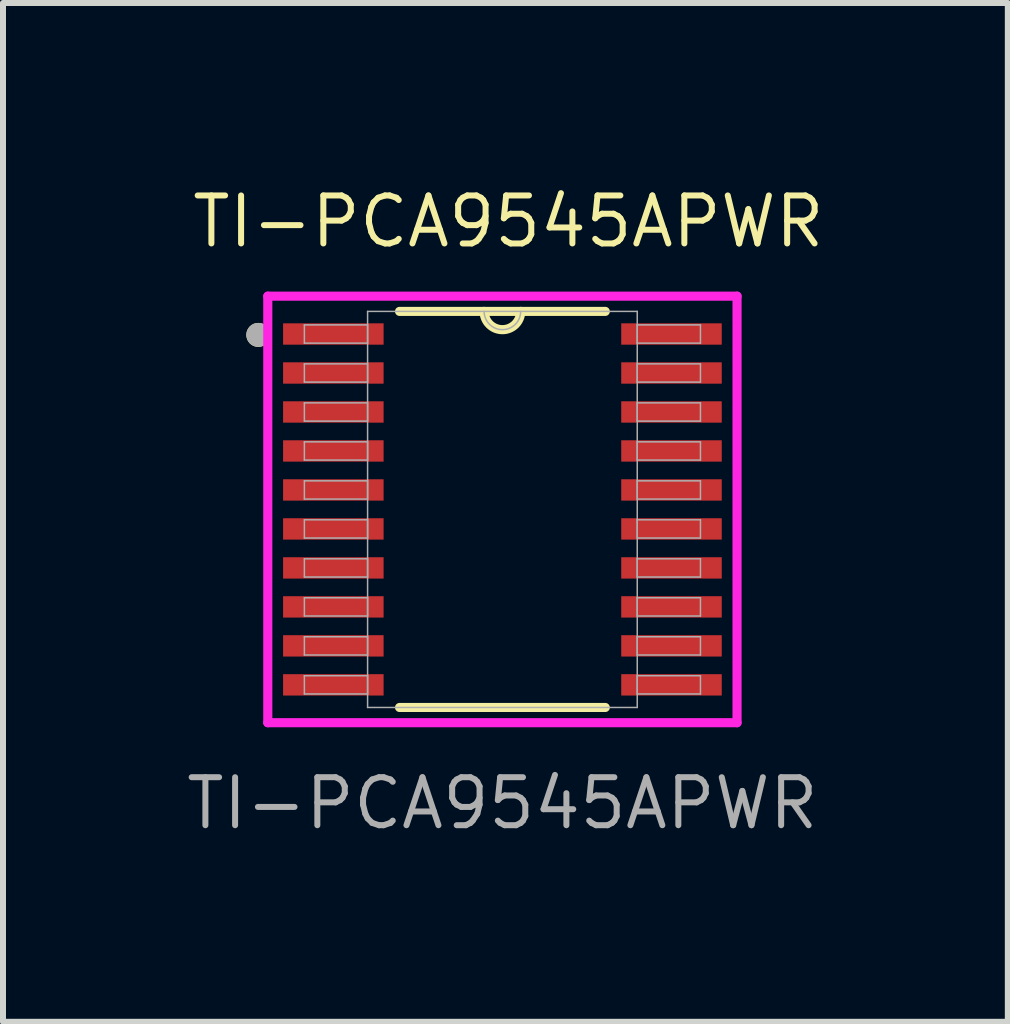
<source format=kicad_pcb>
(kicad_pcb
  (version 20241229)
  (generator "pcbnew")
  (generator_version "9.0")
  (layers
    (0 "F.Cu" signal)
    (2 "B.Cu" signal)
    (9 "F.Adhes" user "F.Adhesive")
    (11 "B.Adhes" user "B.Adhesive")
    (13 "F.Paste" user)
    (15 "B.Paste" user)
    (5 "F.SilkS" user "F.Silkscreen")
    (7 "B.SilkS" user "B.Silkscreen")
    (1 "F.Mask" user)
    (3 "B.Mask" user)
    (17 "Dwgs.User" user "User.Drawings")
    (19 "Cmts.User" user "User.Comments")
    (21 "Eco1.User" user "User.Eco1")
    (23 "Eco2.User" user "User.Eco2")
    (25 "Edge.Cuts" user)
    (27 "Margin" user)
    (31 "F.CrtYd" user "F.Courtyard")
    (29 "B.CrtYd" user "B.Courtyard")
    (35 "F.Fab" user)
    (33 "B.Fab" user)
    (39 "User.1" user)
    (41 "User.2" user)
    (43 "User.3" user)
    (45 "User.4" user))
  (footprint "TI-PCA9545APWR"
    (layer "F.Cu")
    (at 5.327 5.444)
    (property "Reference" "TI-PCA9545APWR" (at 0.1 -4.8 0) (unlocked yes) (layer "F.SilkS") (effects (font (size 0.8 0.8) (thickness 0.1))))
    (attr smd)
    (fp_line (start -1.715 3.302) (end 1.715 3.302) (stroke (width 0.152) (type solid)) (layer "F.SilkS"))
    (fp_line (start 1.715 -3.302) (end -1.715 -3.302) (stroke (width 0.152) (type solid)) (layer "F.SilkS"))
    (fp_arc (start 0.3048 -3.302) (mid 0 -2.9972) (end -0.3048 -3.302) (stroke (width 0.1524) (type solid)) (layer "F.SilkS"))
    (fp_circle (center -4.07 -2.91) (end -3.97 -2.91) (stroke (width 0.2) (type solid)) (fill no) (layer "F.SilkS"))
    (fp_line (start -3.912 -3.556) (end 3.912 -3.556) (stroke (width 0.152) (type solid)) (layer "F.CrtYd"))
    (fp_line (start -3.912 3.556) (end -3.912 -3.556) (stroke (width 0.152) (type solid)) (layer "F.CrtYd"))
    (fp_line (start 3.912 -3.556) (end 3.912 3.556) (stroke (width 0.152) (type solid)) (layer "F.CrtYd"))
    (fp_line (start 3.912 3.556) (end -3.912 3.556) (stroke (width 0.152) (type solid)) (layer "F.CrtYd"))
    (fp_line (start -3.302 -3.077) (end -3.302 -2.773) (stroke (width 0.025) (type solid)) (layer "F.Fab"))
    (fp_line (start -3.302 -2.773) (end -2.248 -2.773) (stroke (width 0.025) (type solid)) (layer "F.Fab"))
    (fp_line (start -3.302 -2.427) (end -3.302 -2.123) (stroke (width 0.025) (type solid)) (layer "F.Fab"))
    (fp_line (start -3.302 -2.123) (end -2.248 -2.123) (stroke (width 0.025) (type solid)) (layer "F.Fab"))
    (fp_line (start -3.302 -1.777) (end -3.302 -1.473) (stroke (width 0.025) (type solid)) (layer "F.Fab"))
    (fp_line (start -3.302 -1.473) (end -2.248 -1.473) (stroke (width 0.025) (type solid)) (layer "F.Fab"))
    (fp_line (start -3.302 -1.127) (end -3.302 -0.823) (stroke (width 0.025) (type solid)) (layer "F.Fab"))
    (fp_line (start -3.302 -0.823) (end -2.248 -0.823) (stroke (width 0.025) (type solid)) (layer "F.Fab"))
    (fp_line (start -3.302 -0.477) (end -3.302 -0.173) (stroke (width 0.025) (type solid)) (layer "F.Fab"))
    (fp_line (start -3.302 -0.173) (end -2.248 -0.173) (stroke (width 0.025) (type solid)) (layer "F.Fab"))
    (fp_line (start -3.302 0.173) (end -3.302 0.477) (stroke (width 0.025) (type solid)) (layer "F.Fab"))
    (fp_line (start -3.302 0.477) (end -2.248 0.477) (stroke (width 0.025) (type solid)) (layer "F.Fab"))
    (fp_line (start -3.302 0.823) (end -3.302 1.127) (stroke (width 0.025) (type solid)) (layer "F.Fab"))
    (fp_line (start -3.302 1.127) (end -2.248 1.127) (stroke (width 0.025) (type solid)) (layer "F.Fab"))
    (fp_line (start -3.302 1.473) (end -3.302 1.777) (stroke (width 0.025) (type solid)) (layer "F.Fab"))
    (fp_line (start -3.302 1.777) (end -2.248 1.777) (stroke (width 0.025) (type solid)) (layer "F.Fab"))
    (fp_line (start -3.302 2.123) (end -3.302 2.427) (stroke (width 0.025) (type solid)) (layer "F.Fab"))
    (fp_line (start -3.302 2.427) (end -2.248 2.427) (stroke (width 0.025) (type solid)) (layer "F.Fab"))
    (fp_line (start -3.302 2.773) (end -3.302 3.077) (stroke (width 0.025) (type solid)) (layer "F.Fab"))
    (fp_line (start -3.302 3.077) (end -2.248 3.077) (stroke (width 0.025) (type solid)) (layer "F.Fab"))
    (fp_line (start -2.248 -3.302) (end -2.248 3.302) (stroke (width 0.025) (type solid)) (layer "F.Fab"))
    (fp_line (start -2.248 -3.077) (end -3.302 -3.077) (stroke (width 0.025) (type solid)) (layer "F.Fab"))
    (fp_line (start -2.248 -2.773) (end -2.248 -3.077) (stroke (width 0.025) (type solid)) (layer "F.Fab"))
    (fp_line (start -2.248 -2.427) (end -3.302 -2.427) (stroke (width 0.025) (type solid)) (layer "F.Fab"))
    (fp_line (start -2.248 -2.123) (end -2.248 -2.427) (stroke (width 0.025) (type solid)) (layer "F.Fab"))
    (fp_line (start -2.248 -1.777) (end -3.302 -1.777) (stroke (width 0.025) (type solid)) (layer "F.Fab"))
    (fp_line (start -2.248 -1.473) (end -2.248 -1.777) (stroke (width 0.025) (type solid)) (layer "F.Fab"))
    (fp_line (start -2.248 -1.127) (end -3.302 -1.127) (stroke (width 0.025) (type solid)) (layer "F.Fab"))
    (fp_line (start -2.248 -0.823) (end -2.248 -1.127) (stroke (width 0.025) (type solid)) (layer "F.Fab"))
    (fp_line (start -2.248 -0.477) (end -3.302 -0.477) (stroke (width 0.025) (type solid)) (layer "F.Fab"))
    (fp_line (start -2.248 -0.173) (end -2.248 -0.477) (stroke (width 0.025) (type solid)) (layer "F.Fab"))
    (fp_line (start -2.248 0.173) (end -3.302 0.173) (stroke (width 0.025) (type solid)) (layer "F.Fab"))
    (fp_line (start -2.248 0.477) (end -2.248 0.173) (stroke (width 0.025) (type solid)) (layer "F.Fab"))
    (fp_line (start -2.248 0.823) (end -3.302 0.823) (stroke (width 0.025) (type solid)) (layer "F.Fab"))
    (fp_line (start -2.248 1.127) (end -2.248 0.823) (stroke (width 0.025) (type solid)) (layer "F.Fab"))
    (fp_line (start -2.248 1.473) (end -3.302 1.473) (stroke (width 0.025) (type solid)) (layer "F.Fab"))
    (fp_line (start -2.248 1.777) (end -2.248 1.473) (stroke (width 0.025) (type solid)) (layer "F.Fab"))
    (fp_line (start -2.248 2.123) (end -3.302 2.123) (stroke (width 0.025) (type solid)) (layer "F.Fab"))
    (fp_line (start -2.248 2.427) (end -2.248 2.123) (stroke (width 0.025) (type solid)) (layer "F.Fab"))
    (fp_line (start -2.248 2.773) (end -3.302 2.773) (stroke (width 0.025) (type solid)) (layer "F.Fab"))
    (fp_line (start -2.248 3.077) (end -2.248 2.773) (stroke (width 0.025) (type solid)) (layer "F.Fab"))
    (fp_line (start -2.248 3.302) (end 2.248 3.302) (stroke (width 0.025) (type solid)) (layer "F.Fab"))
    (fp_line (start 2.248 -3.302) (end -2.248 -3.302) (stroke (width 0.025) (type solid)) (layer "F.Fab"))
    (fp_line (start 2.248 -3.077) (end 2.248 -2.773) (stroke (width 0.025) (type solid)) (layer "F.Fab"))
    (fp_line (start 2.248 -2.773) (end 3.302 -2.773) (stroke (width 0.025) (type solid)) (layer "F.Fab"))
    (fp_line (start 2.248 -2.427) (end 2.248 -2.123) (stroke (width 0.025) (type solid)) (layer "F.Fab"))
    (fp_line (start 2.248 -2.123) (end 3.302 -2.123) (stroke (width 0.025) (type solid)) (layer "F.Fab"))
    (fp_line (start 2.248 -1.777) (end 2.248 -1.473) (stroke (width 0.025) (type solid)) (layer "F.Fab"))
    (fp_line (start 2.248 -1.473) (end 3.302 -1.473) (stroke (width 0.025) (type solid)) (layer "F.Fab"))
    (fp_line (start 2.248 -1.127) (end 2.248 -0.823) (stroke (width 0.025) (type solid)) (layer "F.Fab"))
    (fp_line (start 2.248 -0.823) (end 3.302 -0.823) (stroke (width 0.025) (type solid)) (layer "F.Fab"))
    (fp_line (start 2.248 -0.477) (end 2.248 -0.173) (stroke (width 0.025) (type solid)) (layer "F.Fab"))
    (fp_line (start 2.248 -0.173) (end 3.302 -0.173) (stroke (width 0.025) (type solid)) (layer "F.Fab"))
    (fp_line (start 2.248 0.173) (end 2.248 0.477) (stroke (width 0.025) (type solid)) (layer "F.Fab"))
    (fp_line (start 2.248 0.477) (end 3.302 0.477) (stroke (width 0.025) (type solid)) (layer "F.Fab"))
    (fp_line (start 2.248 0.823) (end 2.248 1.127) (stroke (width 0.025) (type solid)) (layer "F.Fab"))
    (fp_line (start 2.248 1.127) (end 3.302 1.127) (stroke (width 0.025) (type solid)) (layer "F.Fab"))
    (fp_line (start 2.248 1.473) (end 2.248 1.777) (stroke (width 0.025) (type solid)) (layer "F.Fab"))
    (fp_line (start 2.248 1.777) (end 3.302 1.777) (stroke (width 0.025) (type solid)) (layer "F.Fab"))
    (fp_line (start 2.248 2.123) (end 2.248 2.427) (stroke (width 0.025) (type solid)) (layer "F.Fab"))
    (fp_line (start 2.248 2.427) (end 3.302 2.427) (stroke (width 0.025) (type solid)) (layer "F.Fab"))
    (fp_line (start 2.248 2.773) (end 2.248 3.077) (stroke (width 0.025) (type solid)) (layer "F.Fab"))
    (fp_line (start 2.248 3.077) (end 3.302 3.077) (stroke (width 0.025) (type solid)) (layer "F.Fab"))
    (fp_line (start 2.248 3.302) (end 2.248 -3.302) (stroke (width 0.025) (type solid)) (layer "F.Fab"))
    (fp_line (start 3.302 -3.077) (end 2.248 -3.077) (stroke (width 0.025) (type solid)) (layer "F.Fab"))
    (fp_line (start 3.302 -2.773) (end 3.302 -3.077) (stroke (width 0.025) (type solid)) (layer "F.Fab"))
    (fp_line (start 3.302 -2.427) (end 2.248 -2.427) (stroke (width 0.025) (type solid)) (layer "F.Fab"))
    (fp_line (start 3.302 -2.123) (end 3.302 -2.427) (stroke (width 0.025) (type solid)) (layer "F.Fab"))
    (fp_line (start 3.302 -1.777) (end 2.248 -1.777) (stroke (width 0.025) (type solid)) (layer "F.Fab"))
    (fp_line (start 3.302 -1.473) (end 3.302 -1.777) (stroke (width 0.025) (type solid)) (layer "F.Fab"))
    (fp_line (start 3.302 -1.127) (end 2.248 -1.127) (stroke (width 0.025) (type solid)) (layer "F.Fab"))
    (fp_line (start 3.302 -0.823) (end 3.302 -1.127) (stroke (width 0.025) (type solid)) (layer "F.Fab"))
    (fp_line (start 3.302 -0.477) (end 2.248 -0.477) (stroke (width 0.025) (type solid)) (layer "F.Fab"))
    (fp_line (start 3.302 -0.173) (end 3.302 -0.477) (stroke (width 0.025) (type solid)) (layer "F.Fab"))
    (fp_line (start 3.302 0.173) (end 2.248 0.173) (stroke (width 0.025) (type solid)) (layer "F.Fab"))
    (fp_line (start 3.302 0.477) (end 3.302 0.173) (stroke (width 0.025) (type solid)) (layer "F.Fab"))
    (fp_line (start 3.302 0.823) (end 2.248 0.823) (stroke (width 0.025) (type solid)) (layer "F.Fab"))
    (fp_line (start 3.302 1.127) (end 3.302 0.823) (stroke (width 0.025) (type solid)) (layer "F.Fab"))
    (fp_line (start 3.302 1.473) (end 2.248 1.473) (stroke (width 0.025) (type solid)) (layer "F.Fab"))
    (fp_line (start 3.302 1.777) (end 3.302 1.473) (stroke (width 0.025) (type solid)) (layer "F.Fab"))
    (fp_line (start 3.302 2.123) (end 2.248 2.123) (stroke (width 0.025) (type solid)) (layer "F.Fab"))
    (fp_line (start 3.302 2.427) (end 3.302 2.123) (stroke (width 0.025) (type solid)) (layer "F.Fab"))
    (fp_line (start 3.302 2.773) (end 2.248 2.773) (stroke (width 0.025) (type solid)) (layer "F.Fab"))
    (fp_line (start 3.302 3.077) (end 3.302 2.773) (stroke (width 0.025) (type solid)) (layer "F.Fab"))
    (fp_arc (start 0.3048 -3.302) (mid 0 -2.9972) (end -0.3048 -3.302) (stroke (width 0.0254) (type solid)) (layer "F.Fab"))
    (fp_circle (center -4.07 -2.91) (end -3.97 -2.91) (stroke (width 0.2) (type solid)) (fill no) (layer "F.Fab"))
    (fp_text user "${REFERENCE}" (at 0 4.9 0) (unlocked yes) (layer "F.Fab") (effects (font (size 0.8 0.8) (thickness 0.1))))
    (pad "1" smd rect (at -2.819 -2.925) (size 1.676 0.356) (layers "F.Cu" "F.Mask" "F.Paste"))
    (pad "2" smd rect (at -2.819 -2.275) (size 1.676 0.356) (layers "F.Cu" "F.Mask" "F.Paste"))
    (pad "3" smd rect (at -2.819 -1.625) (size 1.676 0.356) (layers "F.Cu" "F.Mask" "F.Paste"))
    (pad "4" smd rect (at -2.819 -0.975) (size 1.676 0.356) (layers "F.Cu" "F.Mask" "F.Paste"))
    (pad "5" smd rect (at -2.819 -0.325) (size 1.676 0.356) (layers "F.Cu" "F.Mask" "F.Paste"))
    (pad "6" smd rect (at -2.819 0.325) (size 1.676 0.356) (layers "F.Cu" "F.Mask" "F.Paste"))
    (pad "7" smd rect (at -2.819 0.975) (size 1.676 0.356) (layers "F.Cu" "F.Mask" "F.Paste"))
    (pad "8" smd rect (at -2.819 1.625) (size 1.676 0.356) (layers "F.Cu" "F.Mask" "F.Paste"))
    (pad "9" smd rect (at -2.819 2.275) (size 1.676 0.356) (layers "F.Cu" "F.Mask" "F.Paste"))
    (pad "10" smd rect (at -2.819 2.925) (size 1.676 0.356) (layers "F.Cu" "F.Mask" "F.Paste"))
    (pad "11" smd rect (at 2.819 2.925) (size 1.676 0.356) (layers "F.Cu" "F.Mask" "F.Paste"))
    (pad "12" smd rect (at 2.819 2.275) (size 1.676 0.356) (layers "F.Cu" "F.Mask" "F.Paste"))
    (pad "13" smd rect (at 2.819 1.625) (size 1.676 0.356) (layers "F.Cu" "F.Mask" "F.Paste"))
    (pad "14" smd rect (at 2.819 0.975) (size 1.676 0.356) (layers "F.Cu" "F.Mask" "F.Paste"))
    (pad "15" smd rect (at 2.819 0.325) (size 1.676 0.356) (layers "F.Cu" "F.Mask" "F.Paste"))
    (pad "16" smd rect (at 2.819 -0.325) (size 1.676 0.356) (layers "F.Cu" "F.Mask" "F.Paste"))
    (pad "17" smd rect (at 2.819 -0.975) (size 1.676 0.356) (layers "F.Cu" "F.Mask" "F.Paste"))
    (pad "18" smd rect (at 2.819 -1.625) (size 1.676 0.356) (layers "F.Cu" "F.Mask" "F.Paste"))
    (pad "19" smd rect (at 2.819 -2.275) (size 1.676 0.356) (layers "F.Cu" "F.Mask" "F.Paste"))
    (pad "20" smd rect (at 2.819 -2.925) (size 1.676 0.356) (layers "F.Cu" "F.Mask" "F.Paste")))
  (gr_rect
    (start -3 -3)
    (end 13.754 13.987)
    (stroke (width 0.1) (type default))
    (fill no)
    (layer "Edge.Cuts")))
</source>
